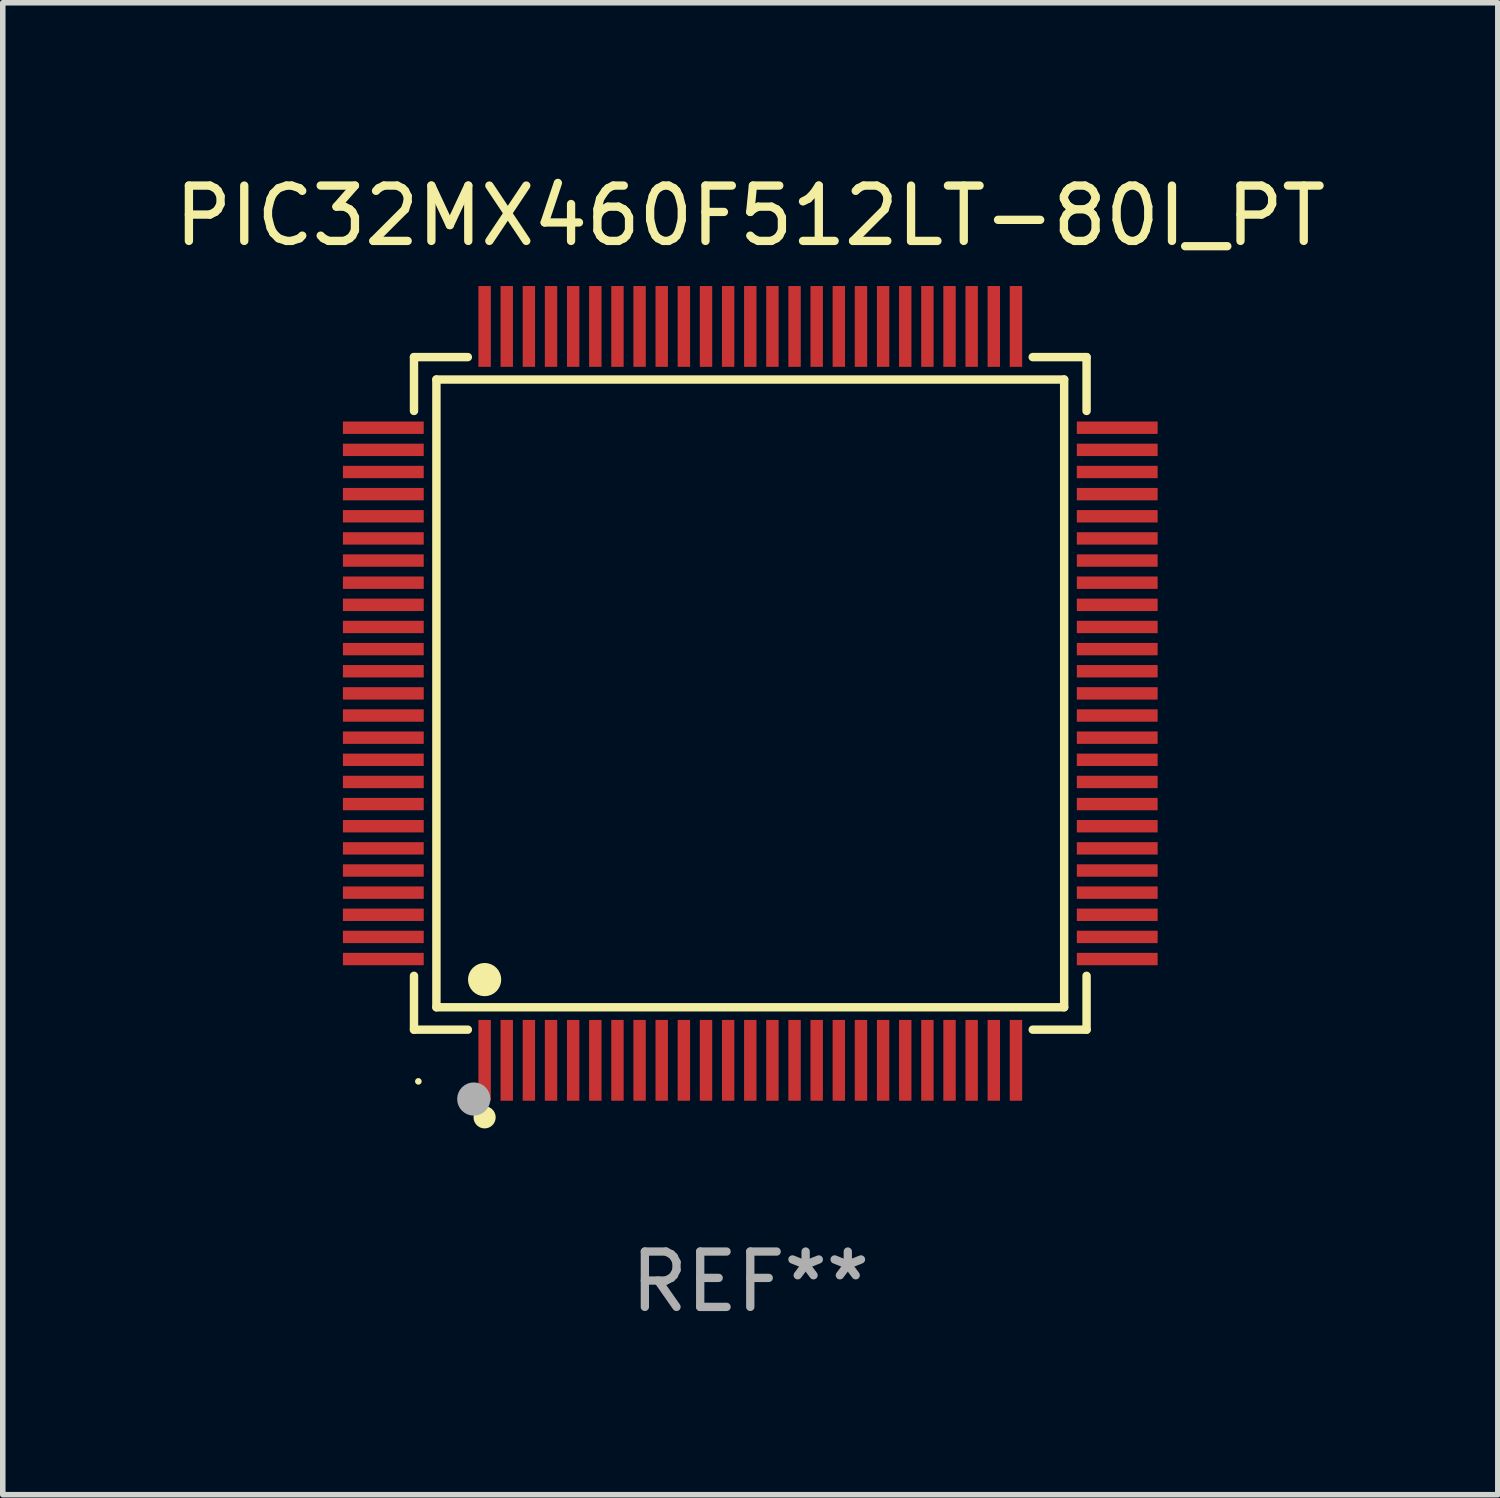
<source format=kicad_pcb>
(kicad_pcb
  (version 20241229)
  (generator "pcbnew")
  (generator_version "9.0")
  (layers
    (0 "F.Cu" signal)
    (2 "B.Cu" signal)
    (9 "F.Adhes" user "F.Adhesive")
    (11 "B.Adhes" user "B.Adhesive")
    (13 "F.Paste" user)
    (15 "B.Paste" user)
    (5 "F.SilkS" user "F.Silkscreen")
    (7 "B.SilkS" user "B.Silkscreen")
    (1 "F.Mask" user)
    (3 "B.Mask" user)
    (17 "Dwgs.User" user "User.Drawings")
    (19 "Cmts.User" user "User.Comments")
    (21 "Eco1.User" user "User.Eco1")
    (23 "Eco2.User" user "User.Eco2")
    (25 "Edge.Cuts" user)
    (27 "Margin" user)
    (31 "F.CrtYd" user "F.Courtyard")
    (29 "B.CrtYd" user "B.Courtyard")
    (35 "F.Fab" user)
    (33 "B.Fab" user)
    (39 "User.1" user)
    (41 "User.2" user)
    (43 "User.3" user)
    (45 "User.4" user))
  (footprint "PIC32MX460F512LT-80I_PT"
    (layer "F.Cu")
    (at 10.506 9.478)
    (property "Reference" "PIC32MX460F512LT-80I_PT" (at 0 -8.63 0) (layer "F.SilkS") (effects (font (size 1 1) (thickness 0.15))))
    (attr through_hole)
    (fp_line (start -6.076 -6.076) (end -5.103 -6.076) (stroke (width 0.152) (type solid)) (layer "F.SilkS"))
    (fp_line (start -6.076 -5.103) (end -6.076 -6.076) (stroke (width 0.152) (type solid)) (layer "F.SilkS"))
    (fp_line (start -6.076 5.103) (end -6.076 6.076) (stroke (width 0.152) (type solid)) (layer "F.SilkS"))
    (fp_line (start -6.076 6.076) (end -5.103 6.076) (stroke (width 0.152) (type solid)) (layer "F.SilkS"))
    (fp_line (start -5.671 -5.671) (end 5.671 -5.671) (stroke (width 0.152) (type solid)) (layer "F.SilkS"))
    (fp_line (start -5.671 5.671) (end -5.671 -5.671) (stroke (width 0.152) (type solid)) (layer "F.SilkS"))
    (fp_line (start 5.671 -5.671) (end 5.671 5.671) (stroke (width 0.152) (type solid)) (layer "F.SilkS"))
    (fp_line (start 5.671 5.671) (end -5.671 5.671) (stroke (width 0.152) (type solid)) (layer "F.SilkS"))
    (fp_line (start 6.076 -6.076) (end 5.103 -6.076) (stroke (width 0.152) (type solid)) (layer "F.SilkS"))
    (fp_line (start 6.076 -5.103) (end 6.076 -6.076) (stroke (width 0.152) (type solid)) (layer "F.SilkS"))
    (fp_line (start 6.076 5.103) (end 6.076 6.076) (stroke (width 0.152) (type solid)) (layer "F.SilkS"))
    (fp_line (start 6.076 6.076) (end 5.103 6.076) (stroke (width 0.152) (type solid)) (layer "F.SilkS"))
    (fp_circle (center -5.997 7.01) (end -5.967 7.01) (stroke (width 0.06) (type solid)) (fill no) (layer "F.SilkS"))
    (fp_circle (center -4.8 5.171) (end -4.65 5.171) (stroke (width 0.3) (type solid)) (fill no) (layer "F.SilkS"))
    (fp_circle (center -4.8 7.66) (end -4.7 7.66) (stroke (width 0.2) (type solid)) (fill no) (layer "F.SilkS"))
    (fp_circle (center -4.996 7.329) (end -4.846 7.329) (stroke (width 0.3) (type solid)) (fill no) (layer "F.Fab"))
    (fp_text user "REF**" (at 0 10.63 0) (layer "F.Fab") (effects (font (size 1 1) (thickness 0.15))))
    (pad "1" smd rect (at -4.8 6.63) (size 0.224 1.46) (layers "F.Cu" "F.Mask" "F.Paste"))
    (pad "2" smd rect (at -4.4 6.63) (size 0.224 1.46) (layers "F.Cu" "F.Mask" "F.Paste"))
    (pad "3" smd rect (at -4 6.63) (size 0.224 1.46) (layers "F.Cu" "F.Mask" "F.Paste"))
    (pad "4" smd rect (at -3.6 6.63) (size 0.224 1.46) (layers "F.Cu" "F.Mask" "F.Paste"))
    (pad "5" smd rect (at -3.2 6.63) (size 0.224 1.46) (layers "F.Cu" "F.Mask" "F.Paste"))
    (pad "6" smd rect (at -2.8 6.63) (size 0.224 1.46) (layers "F.Cu" "F.Mask" "F.Paste"))
    (pad "7" smd rect (at -2.4 6.63) (size 0.224 1.46) (layers "F.Cu" "F.Mask" "F.Paste"))
    (pad "8" smd rect (at -2 6.63) (size 0.224 1.46) (layers "F.Cu" "F.Mask" "F.Paste"))
    (pad "9" smd rect (at -1.6 6.63) (size 0.224 1.46) (layers "F.Cu" "F.Mask" "F.Paste"))
    (pad "10" smd rect (at -1.2 6.63) (size 0.224 1.46) (layers "F.Cu" "F.Mask" "F.Paste"))
    (pad "11" smd rect (at -0.8 6.63) (size 0.224 1.46) (layers "F.Cu" "F.Mask" "F.Paste"))
    (pad "12" smd rect (at -0.4 6.63) (size 0.224 1.46) (layers "F.Cu" "F.Mask" "F.Paste"))
    (pad "13" smd rect (at 0 6.63) (size 0.224 1.46) (layers "F.Cu" "F.Mask" "F.Paste"))
    (pad "14" smd rect (at 0.4 6.63) (size 0.224 1.46) (layers "F.Cu" "F.Mask" "F.Paste"))
    (pad "15" smd rect (at 0.8 6.63) (size 0.224 1.46) (layers "F.Cu" "F.Mask" "F.Paste"))
    (pad "16" smd rect (at 1.2 6.63) (size 0.224 1.46) (layers "F.Cu" "F.Mask" "F.Paste"))
    (pad "17" smd rect (at 1.6 6.63) (size 0.224 1.46) (layers "F.Cu" "F.Mask" "F.Paste"))
    (pad "18" smd rect (at 2 6.63) (size 0.224 1.46) (layers "F.Cu" "F.Mask" "F.Paste"))
    (pad "19" smd rect (at 2.4 6.63) (size 0.224 1.46) (layers "F.Cu" "F.Mask" "F.Paste"))
    (pad "20" smd rect (at 2.8 6.63) (size 0.224 1.46) (layers "F.Cu" "F.Mask" "F.Paste"))
    (pad "21" smd rect (at 3.2 6.63) (size 0.224 1.46) (layers "F.Cu" "F.Mask" "F.Paste"))
    (pad "22" smd rect (at 3.6 6.63) (size 0.224 1.46) (layers "F.Cu" "F.Mask" "F.Paste"))
    (pad "23" smd rect (at 4 6.63) (size 0.224 1.46) (layers "F.Cu" "F.Mask" "F.Paste"))
    (pad "24" smd rect (at 4.4 6.63) (size 0.224 1.46) (layers "F.Cu" "F.Mask" "F.Paste"))
    (pad "25" smd rect (at 4.8 6.63) (size 0.224 1.46) (layers "F.Cu" "F.Mask" "F.Paste"))
    (pad "26" smd rect (at 6.63 4.8) (size 1.46 0.224) (layers "F.Cu" "F.Mask" "F.Paste"))
    (pad "27" smd rect (at 6.63 4.4) (size 1.46 0.224) (layers "F.Cu" "F.Mask" "F.Paste"))
    (pad "28" smd rect (at 6.63 4) (size 1.46 0.224) (layers "F.Cu" "F.Mask" "F.Paste"))
    (pad "29" smd rect (at 6.63 3.6) (size 1.46 0.224) (layers "F.Cu" "F.Mask" "F.Paste"))
    (pad "30" smd rect (at 6.63 3.2) (size 1.46 0.224) (layers "F.Cu" "F.Mask" "F.Paste"))
    (pad "31" smd rect (at 6.63 2.8) (size 1.46 0.224) (layers "F.Cu" "F.Mask" "F.Paste"))
    (pad "32" smd rect (at 6.63 2.4) (size 1.46 0.224) (layers "F.Cu" "F.Mask" "F.Paste"))
    (pad "33" smd rect (at 6.63 2) (size 1.46 0.224) (layers "F.Cu" "F.Mask" "F.Paste"))
    (pad "34" smd rect (at 6.63 1.6) (size 1.46 0.224) (layers "F.Cu" "F.Mask" "F.Paste"))
    (pad "35" smd rect (at 6.63 1.2) (size 1.46 0.224) (layers "F.Cu" "F.Mask" "F.Paste"))
    (pad "36" smd rect (at 6.63 0.8) (size 1.46 0.224) (layers "F.Cu" "F.Mask" "F.Paste"))
    (pad "37" smd rect (at 6.63 0.4) (size 1.46 0.224) (layers "F.Cu" "F.Mask" "F.Paste"))
    (pad "38" smd rect (at 6.63 0) (size 1.46 0.224) (layers "F.Cu" "F.Mask" "F.Paste"))
    (pad "39" smd rect (at 6.63 -0.4) (size 1.46 0.224) (layers "F.Cu" "F.Mask" "F.Paste"))
    (pad "40" smd rect (at 6.63 -0.8) (size 1.46 0.224) (layers "F.Cu" "F.Mask" "F.Paste"))
    (pad "41" smd rect (at 6.63 -1.2) (size 1.46 0.224) (layers "F.Cu" "F.Mask" "F.Paste"))
    (pad "42" smd rect (at 6.63 -1.6) (size 1.46 0.224) (layers "F.Cu" "F.Mask" "F.Paste"))
    (pad "43" smd rect (at 6.63 -2) (size 1.46 0.224) (layers "F.Cu" "F.Mask" "F.Paste"))
    (pad "44" smd rect (at 6.63 -2.4) (size 1.46 0.224) (layers "F.Cu" "F.Mask" "F.Paste"))
    (pad "45" smd rect (at 6.63 -2.8) (size 1.46 0.224) (layers "F.Cu" "F.Mask" "F.Paste"))
    (pad "46" smd rect (at 6.63 -3.2) (size 1.46 0.224) (layers "F.Cu" "F.Mask" "F.Paste"))
    (pad "47" smd rect (at 6.63 -3.6) (size 1.46 0.224) (layers "F.Cu" "F.Mask" "F.Paste"))
    (pad "48" smd rect (at 6.63 -4) (size 1.46 0.224) (layers "F.Cu" "F.Mask" "F.Paste"))
    (pad "49" smd rect (at 6.63 -4.4) (size 1.46 0.224) (layers "F.Cu" "F.Mask" "F.Paste"))
    (pad "50" smd rect (at 6.63 -4.8) (size 1.46 0.224) (layers "F.Cu" "F.Mask" "F.Paste"))
    (pad "51" smd rect (at 4.8 -6.63) (size 0.224 1.46) (layers "F.Cu" "F.Mask" "F.Paste"))
    (pad "52" smd rect (at 4.4 -6.63) (size 0.224 1.46) (layers "F.Cu" "F.Mask" "F.Paste"))
    (pad "53" smd rect (at 4 -6.63) (size 0.224 1.46) (layers "F.Cu" "F.Mask" "F.Paste"))
    (pad "54" smd rect (at 3.6 -6.63) (size 0.224 1.46) (layers "F.Cu" "F.Mask" "F.Paste"))
    (pad "55" smd rect (at 3.2 -6.63) (size 0.224 1.46) (layers "F.Cu" "F.Mask" "F.Paste"))
    (pad "56" smd rect (at 2.8 -6.63) (size 0.224 1.46) (layers "F.Cu" "F.Mask" "F.Paste"))
    (pad "57" smd rect (at 2.4 -6.63) (size 0.224 1.46) (layers "F.Cu" "F.Mask" "F.Paste"))
    (pad "58" smd rect (at 2 -6.63) (size 0.224 1.46) (layers "F.Cu" "F.Mask" "F.Paste"))
    (pad "59" smd rect (at 1.6 -6.63) (size 0.224 1.46) (layers "F.Cu" "F.Mask" "F.Paste"))
    (pad "60" smd rect (at 1.2 -6.63) (size 0.224 1.46) (layers "F.Cu" "F.Mask" "F.Paste"))
    (pad "61" smd rect (at 0.8 -6.63) (size 0.224 1.46) (layers "F.Cu" "F.Mask" "F.Paste"))
    (pad "62" smd rect (at 0.4 -6.63) (size 0.224 1.46) (layers "F.Cu" "F.Mask" "F.Paste"))
    (pad "63" smd rect (at 0 -6.63) (size 0.224 1.46) (layers "F.Cu" "F.Mask" "F.Paste"))
    (pad "64" smd rect (at -0.4 -6.63) (size 0.224 1.46) (layers "F.Cu" "F.Mask" "F.Paste"))
    (pad "65" smd rect (at -0.8 -6.63) (size 0.224 1.46) (layers "F.Cu" "F.Mask" "F.Paste"))
    (pad "66" smd rect (at -1.2 -6.63) (size 0.224 1.46) (layers "F.Cu" "F.Mask" "F.Paste"))
    (pad "67" smd rect (at -1.6 -6.63) (size 0.224 1.46) (layers "F.Cu" "F.Mask" "F.Paste"))
    (pad "68" smd rect (at -2 -6.63) (size 0.224 1.46) (layers "F.Cu" "F.Mask" "F.Paste"))
    (pad "69" smd rect (at -2.4 -6.63) (size 0.224 1.46) (layers "F.Cu" "F.Mask" "F.Paste"))
    (pad "70" smd rect (at -2.8 -6.63) (size 0.224 1.46) (layers "F.Cu" "F.Mask" "F.Paste"))
    (pad "71" smd rect (at -3.2 -6.63) (size 0.224 1.46) (layers "F.Cu" "F.Mask" "F.Paste"))
    (pad "72" smd rect (at -3.6 -6.63) (size 0.224 1.46) (layers "F.Cu" "F.Mask" "F.Paste"))
    (pad "73" smd rect (at -4 -6.63) (size 0.224 1.46) (layers "F.Cu" "F.Mask" "F.Paste"))
    (pad "74" smd rect (at -4.4 -6.63) (size 0.224 1.46) (layers "F.Cu" "F.Mask" "F.Paste"))
    (pad "75" smd rect (at -4.8 -6.63) (size 0.224 1.46) (layers "F.Cu" "F.Mask" "F.Paste"))
    (pad "76" smd rect (at -6.63 -4.8) (size 1.46 0.224) (layers "F.Cu" "F.Mask" "F.Paste"))
    (pad "77" smd rect (at -6.63 -4.4) (size 1.46 0.224) (layers "F.Cu" "F.Mask" "F.Paste"))
    (pad "78" smd rect (at -6.63 -4) (size 1.46 0.224) (layers "F.Cu" "F.Mask" "F.Paste"))
    (pad "79" smd rect (at -6.63 -3.6) (size 1.46 0.224) (layers "F.Cu" "F.Mask" "F.Paste"))
    (pad "80" smd rect (at -6.63 -3.2) (size 1.46 0.224) (layers "F.Cu" "F.Mask" "F.Paste"))
    (pad "81" smd rect (at -6.63 -2.8) (size 1.46 0.224) (layers "F.Cu" "F.Mask" "F.Paste"))
    (pad "82" smd rect (at -6.63 -2.4) (size 1.46 0.224) (layers "F.Cu" "F.Mask" "F.Paste"))
    (pad "83" smd rect (at -6.63 -2) (size 1.46 0.224) (layers "F.Cu" "F.Mask" "F.Paste"))
    (pad "84" smd rect (at -6.63 -1.6) (size 1.46 0.224) (layers "F.Cu" "F.Mask" "F.Paste"))
    (pad "85" smd rect (at -6.63 -1.2) (size 1.46 0.224) (layers "F.Cu" "F.Mask" "F.Paste"))
    (pad "86" smd rect (at -6.63 -0.8) (size 1.46 0.224) (layers "F.Cu" "F.Mask" "F.Paste"))
    (pad "87" smd rect (at -6.63 -0.4) (size 1.46 0.224) (layers "F.Cu" "F.Mask" "F.Paste"))
    (pad "88" smd rect (at -6.63 0) (size 1.46 0.224) (layers "F.Cu" "F.Mask" "F.Paste"))
    (pad "89" smd rect (at -6.63 0.4) (size 1.46 0.224) (layers "F.Cu" "F.Mask" "F.Paste"))
    (pad "90" smd rect (at -6.63 0.8) (size 1.46 0.224) (layers "F.Cu" "F.Mask" "F.Paste"))
    (pad "91" smd rect (at -6.63 1.2) (size 1.46 0.224) (layers "F.Cu" "F.Mask" "F.Paste"))
    (pad "92" smd rect (at -6.63 1.6) (size 1.46 0.224) (layers "F.Cu" "F.Mask" "F.Paste"))
    (pad "93" smd rect (at -6.63 2) (size 1.46 0.224) (layers "F.Cu" "F.Mask" "F.Paste"))
    (pad "94" smd rect (at -6.63 2.4) (size 1.46 0.224) (layers "F.Cu" "F.Mask" "F.Paste"))
    (pad "95" smd rect (at -6.63 2.8) (size 1.46 0.224) (layers "F.Cu" "F.Mask" "F.Paste"))
    (pad "96" smd rect (at -6.63 3.2) (size 1.46 0.224) (layers "F.Cu" "F.Mask" "F.Paste"))
    (pad "97" smd rect (at -6.63 3.6) (size 1.46 0.224) (layers "F.Cu" "F.Mask" "F.Paste"))
    (pad "98" smd rect (at -6.63 4) (size 1.46 0.224) (layers "F.Cu" "F.Mask" "F.Paste"))
    (pad "99" smd rect (at -6.63 4.4) (size 1.46 0.224) (layers "F.Cu" "F.Mask" "F.Paste"))
    (pad "100" smd rect (at -6.63 4.8) (size 1.46 0.224) (layers "F.Cu" "F.Mask" "F.Paste")))
  (gr_rect
    (start -3 -3)
    (end 24.012 23.956)
    (stroke (width 0.1) (type default))
    (fill no)
    (layer "Edge.Cuts")))
</source>
